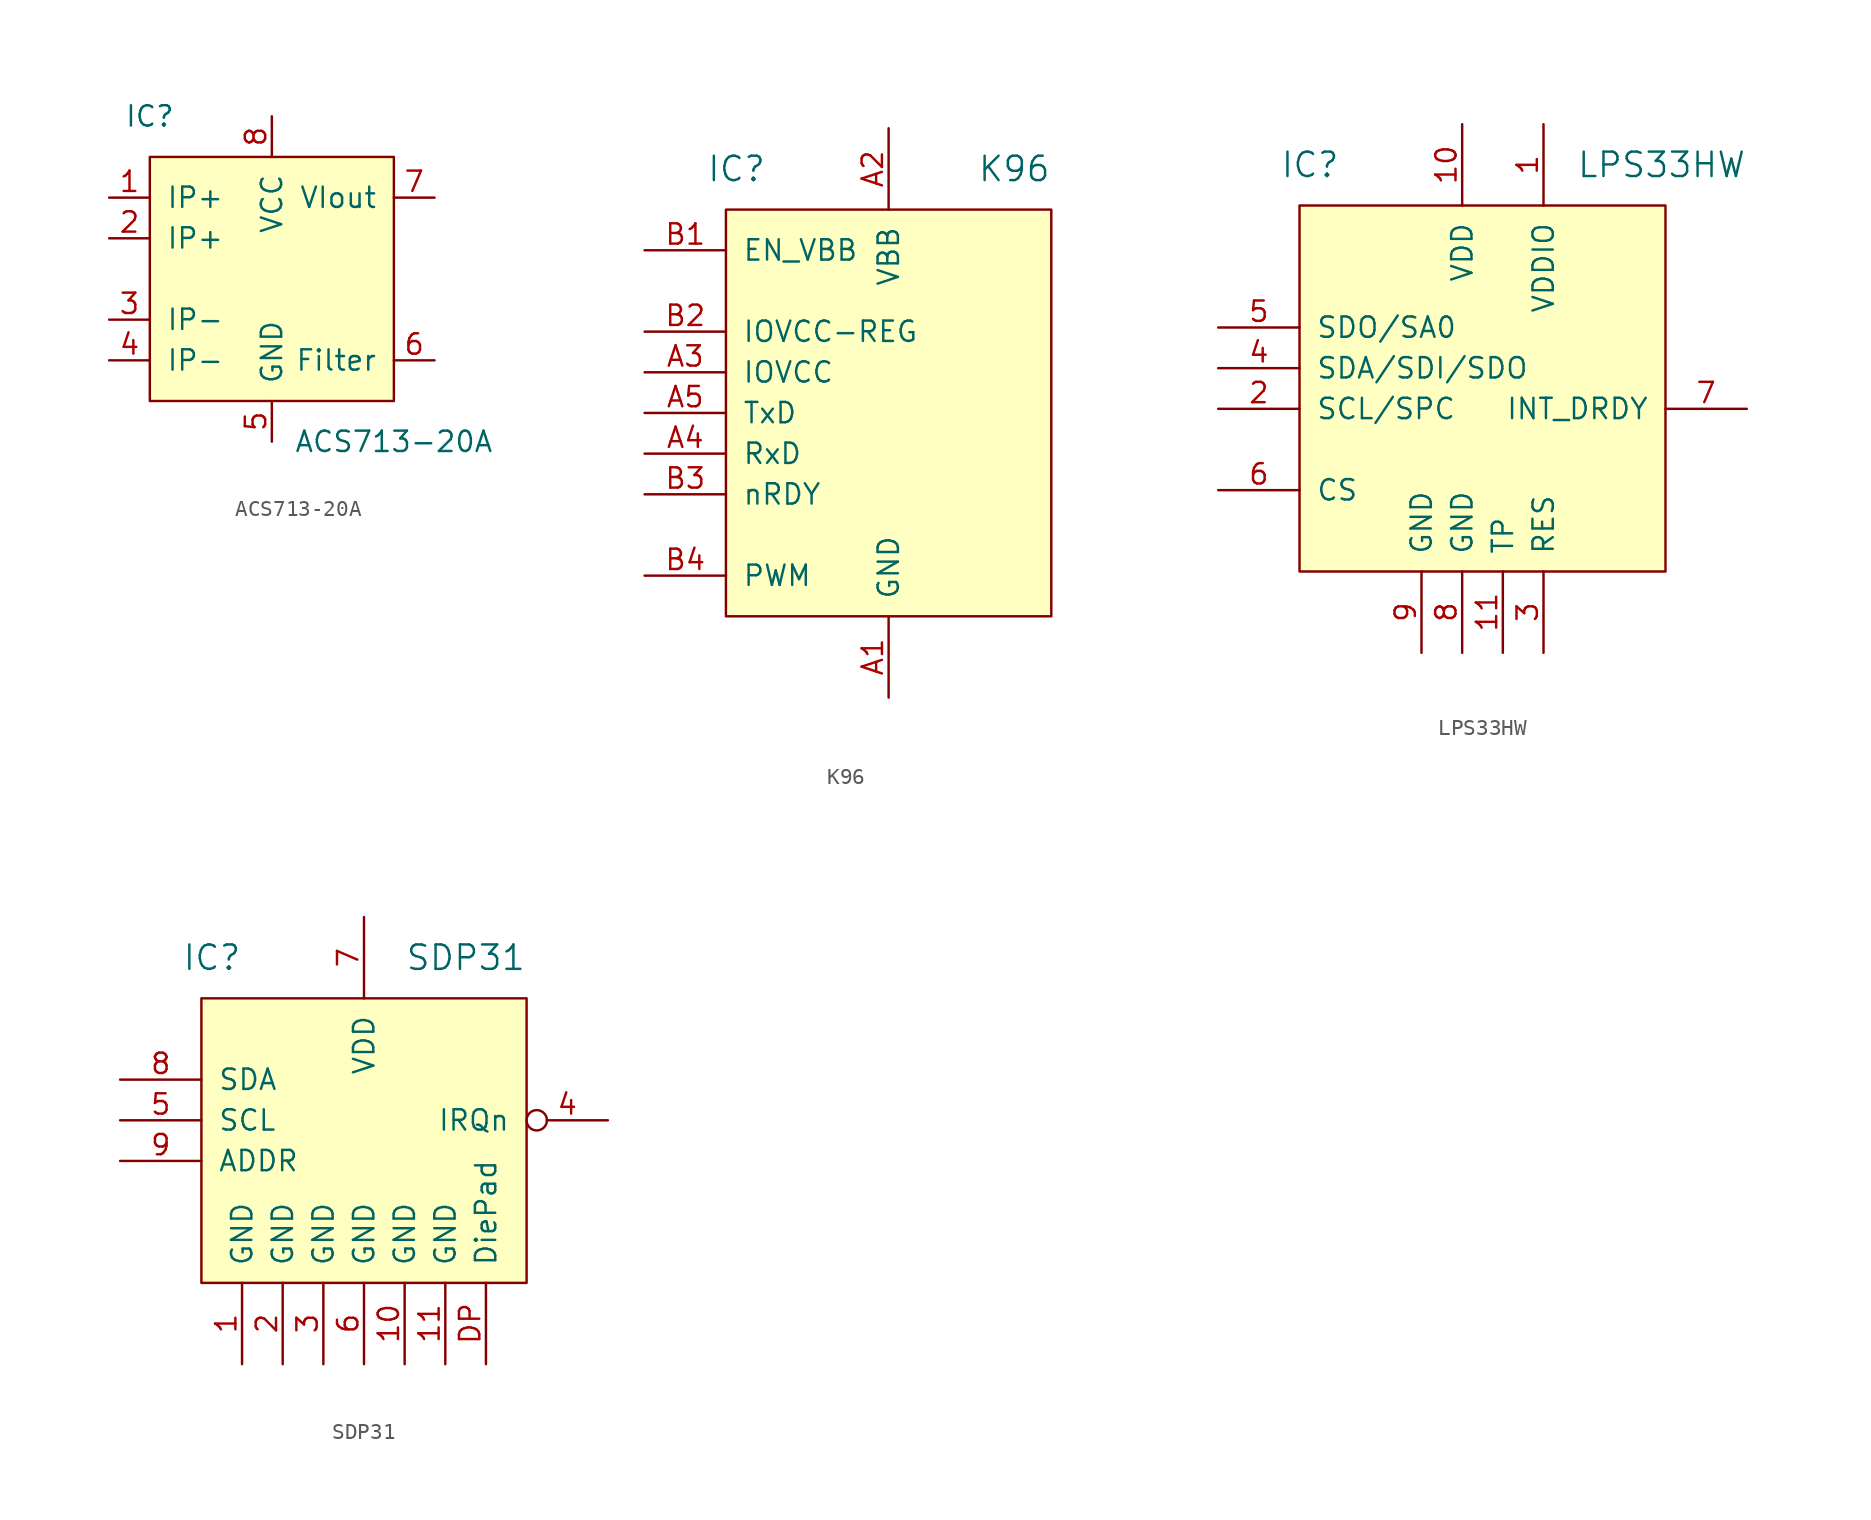
<source format=kicad_sym>
(kicad_symbol_lib
  (version 20220914)
  (generator kicad_symbol_editor)
  (symbol "ACS713-20A"
    (pin_names
      (offset 1.016))
    (property "Reference" "IC"
      (at -7.62 10.16 0)
      (effects (font (size 1.27 1.27))))
    (property "Value" "ACS713-20A"
      (at 7.62 -10.16 0)
      (effects (font (size 1.27 1.27))))
    (symbol "ACS713-20A_0_0"
      (pin input line (at -10.16 2.54 0) (length 2.54) (name "IP+" (effects (font (size 1.27 1.27)))) (number "2" (effects (font (size 1.27 1.27)))))
      (pin input line (at -10.16 -2.54 0) (length 2.54) (name "IP-" (effects (font (size 1.27 1.27)))) (number "3" (effects (font (size 1.27 1.27)))))
      (pin input line (at -10.16 -5.08 0) (length 2.54) (name "IP-" (effects (font (size 1.27 1.27)))) (number "4" (effects (font (size 1.27 1.27)))))
      (pin power_in line (at 0 -10.16 90) (length 2.54) (name "GND" (effects (font (size 1.27 1.27)))) (number "5" (effects (font (size 1.27 1.27)))))
      (pin output line (at 10.16 -5.08 180) (length 2.54) (name "Filter" (effects (font (size 1.27 1.27)))) (number "6" (effects (font (size 1.27 1.27)))))
      (pin output line (at 10.16 5.08 180) (length 2.54) (name "VIout" (effects (font (size 1.27 1.27)))) (number "7" (effects (font (size 1.27 1.27)))))
      (pin power_in line (at 0 10.16 270) (length 2.54) (name "VCC" (effects (font (size 1.27 1.27)))) (number "8" (effects (font (size 1.27 1.27))))))
    (symbol "ACS713-20A_0_1"
      (rectangle (start -7.62 7.62) (end 7.62 -7.62) (stroke (width 0) (type default)) (fill (type background))))
    (symbol "ACS713-20A_1_1"
      (pin input line (at -10.16 5.08 0) (length 2.54) (name "IP+" (effects (font (size 1.27 1.27)))) (number "1" (effects (font (size 1.27 1.27)))))))
  (symbol "K96"
    (pin_names
      (offset 1.016))
    (property "Reference" "IC"
      (at -7.62 15.24 0)
      (effects (font (size 1.524 1.524)) (justify right)))
    (property "Value" "K96"
      (at 10.16 15.24 0)
      (effects (font (size 1.524 1.524)) (justify right)))
    (symbol "K96_1_1"
      (rectangle (start -10.16 12.7) (end 10.16 -12.7) (stroke (width 0.152) (type default)) (fill (type background)))
      (pin power_in line (at 0 -17.78 90) (length 5.08) (name "GND" (effects (font (size 1.27 1.27)))) (number "A1" (effects (font (size 1.27 1.27)))))
      (pin power_in line (at 0 17.78 270) (length 5.08) (name "VBB" (effects (font (size 1.27 1.27)))) (number "A2" (effects (font (size 1.27 1.27)))))
      (pin power_in line (at -15.24 2.54 0) (length 5.08) (name "IOVCC" (effects (font (size 1.27 1.27)))) (number "A3" (effects (font (size 1.27 1.27)))))
      (pin input line (at -15.24 -2.54 0) (length 5.08) (name "RxD" (effects (font (size 1.27 1.27)))) (number "A4" (effects (font (size 1.27 1.27)))))
      (pin output line (at -15.24 0 0) (length 5.08) (name "TxD" (effects (font (size 1.27 1.27)))) (number "A5" (effects (font (size 1.27 1.27)))))
      (pin input line (at -15.24 10.16 0) (length 5.08) (name "EN_VBB" (effects (font (size 1.27 1.27)))) (number "B1" (effects (font (size 1.27 1.27)))))
      (pin power_out line (at -15.24 5.08 0) (length 5.08) (name "IOVCC-REG" (effects (font (size 1.27 1.27)))) (number "B2" (effects (font (size 1.27 1.27)))))
      (pin output line (at -15.24 -5.08 0) (length 5.08) (name "nRDY" (effects (font (size 1.27 1.27)))) (number "B3" (effects (font (size 1.27 1.27)))))
      (pin output line (at -15.24 -10.16 0) (length 5.08) (name "PWM" (effects (font (size 1.27 1.27)))) (number "B4" (effects (font (size 1.27 1.27)))))))
  (symbol "LPS33HW"
    (pin_names
      (offset 1.016))
    (property "Reference" "IC"
      (at -10.16 15.24 0)
      (effects (font (size 1.524 1.524)) (justify right)))
    (property "Value" "LPS33HW"
      (at 15.24 15.24 0)
      (effects (font (size 1.524 1.524)) (justify right)))
    (symbol "LPS33HW_0_0"
      (pin passive line (at 0 -15.24 90) (length 5.08) (name "TP" (effects (font (size 1.27 1.27)))) (number "11" (effects (font (size 1.27 1.27))))))
    (symbol "LPS33HW_1_1"
      (rectangle (start -12.7 12.7) (end 10.16 -10.16) (stroke (width 0.152) (type default)) (fill (type background)))
      (pin power_in line (at 2.54 17.78 270) (length 5.08) (name "VDDIO" (effects (font (size 1.27 1.27)))) (number "1" (effects (font (size 1.27 1.27)))))
      (pin power_in line (at -2.54 17.78 270) (length 5.08) (name "VDD" (effects (font (size 1.27 1.27)))) (number "10" (effects (font (size 1.27 1.27)))))
      (pin bidirectional line (at -17.78 0 0) (length 5.08) (name "SCL/SPC" (effects (font (size 1.27 1.27)))) (number "2" (effects (font (size 1.27 1.27)))))
      (pin passive line (at 2.54 -15.24 90) (length 5.08) (name "RES" (effects (font (size 1.27 1.27)))) (number "3" (effects (font (size 1.27 1.27)))))
      (pin bidirectional line (at -17.78 2.54 0) (length 5.08) (name "SDA/SDI/SDO" (effects (font (size 1.27 1.27)))) (number "4" (effects (font (size 1.27 1.27)))))
      (pin bidirectional line (at -17.78 5.08 0) (length 5.08) (name "SDO/SA0" (effects (font (size 1.27 1.27)))) (number "5" (effects (font (size 1.27 1.27)))))
      (pin input line (at -17.78 -5.08 0) (length 5.08) (name "CS" (effects (font (size 1.27 1.27)))) (number "6" (effects (font (size 1.27 1.27)))))
      (pin output line (at 15.24 0 180) (length 5.08) (name "INT_DRDY" (effects (font (size 1.27 1.27)))) (number "7" (effects (font (size 1.27 1.27)))))
      (pin power_in line (at -2.54 -15.24 90) (length 5.08) (name "GND" (effects (font (size 1.27 1.27)))) (number "8" (effects (font (size 1.27 1.27)))))
      (pin power_in line (at -5.08 -15.24 90) (length 5.08) (name "GND" (effects (font (size 1.27 1.27)))) (number "9" (effects (font (size 1.27 1.27)))))))
  (symbol "SDP31"
    (pin_names
      (offset 1.016))
    (property "Reference" "IC"
      (at -7.62 10.16 0)
      (effects (font (size 1.524 1.524)) (justify right)))
    (property "Value" "SDP31"
      (at 10.16 10.16 0)
      (effects (font (size 1.524 1.524)) (justify right)))
    (property "ki_locked" ""
      (at 0 0 0)
      (effects (font (size 1.27 1.27))))
    (symbol "SDP31_1_1"
      (rectangle (start -10.16 7.62) (end 10.16 -10.16) (stroke (width 0.152) (type default)) (fill (type background)))
      (pin power_in line (at -7.62 -15.24 90) (length 5.08) (name "GND" (effects (font (size 1.27 1.27)))) (number "1" (effects (font (size 1.27 1.27)))))
      (pin power_in line (at 2.54 -15.24 90) (length 5.08) (name "GND" (effects (font (size 1.27 1.27)))) (number "10" (effects (font (size 1.27 1.27)))))
      (pin power_in line (at 5.08 -15.24 90) (length 5.08) (name "GND" (effects (font (size 1.27 1.27)))) (number "11" (effects (font (size 1.27 1.27)))))
      (pin power_in line (at -5.08 -15.24 90) (length 5.08) (name "GND" (effects (font (size 1.27 1.27)))) (number "2" (effects (font (size 1.27 1.27)))))
      (pin power_in line (at -2.54 -15.24 90) (length 5.08) (name "GND" (effects (font (size 1.27 1.27)))) (number "3" (effects (font (size 1.27 1.27)))))
      (pin output inverted (at 15.24 0 180) (length 5.08) (name "IRQn" (effects (font (size 1.27 1.27)))) (number "4" (effects (font (size 1.27 1.27)))))
      (pin open_collector line (at -15.24 0 0) (length 5.08) (name "SCL" (effects (font (size 1.27 1.27)))) (number "5" (effects (font (size 1.27 1.27)))))
      (pin power_in line (at 0 -15.24 90) (length 5.08) (name "GND" (effects (font (size 1.27 1.27)))) (number "6" (effects (font (size 1.27 1.27)))))
      (pin power_in line (at 0 12.7 270) (length 5.08) (name "VDD" (effects (font (size 1.27 1.27)))) (number "7" (effects (font (size 1.27 1.27)))))
      (pin open_collector line (at -15.24 2.54 0) (length 5.08) (name "SDA" (effects (font (size 1.27 1.27)))) (number "8" (effects (font (size 1.27 1.27)))))
      (pin input line (at -15.24 -2.54 0) (length 5.08) (name "ADDR" (effects (font (size 1.27 1.27)))) (number "9" (effects (font (size 1.27 1.27)))))
      (pin input line (at 7.62 -15.24 90) (length 5.08) (name "DiePad" (effects (font (size 1.27 1.27)))) (number "DP" (effects (font (size 1.27 1.27))))))))
</source>
